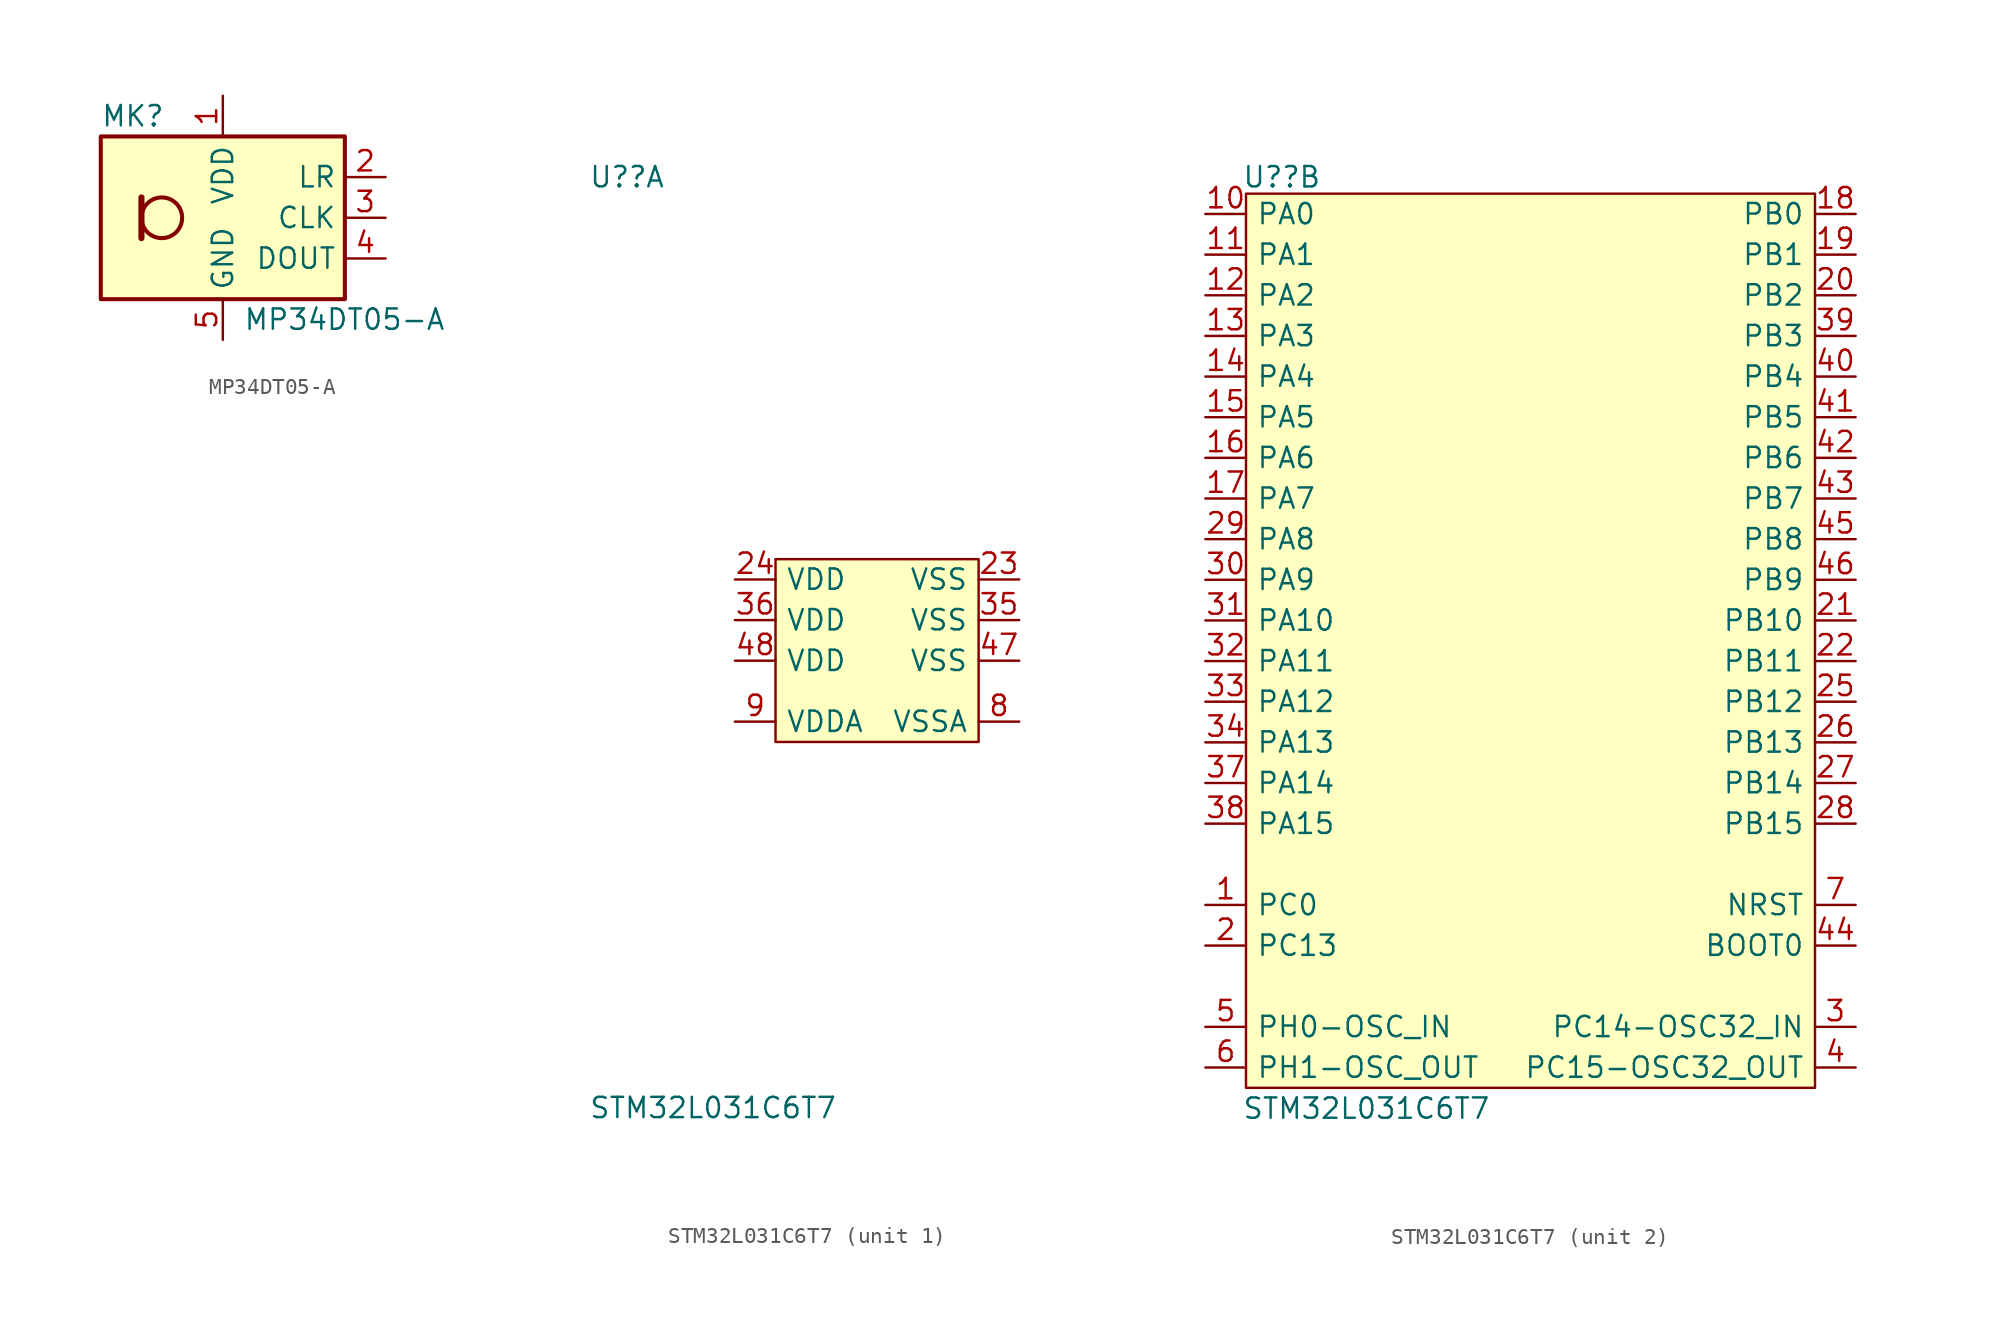
<source format=kicad_sym>
(kicad_symbol_lib
  (version 20231120)
  (generator "kicad_symbol_editor")
  (generator_version "8.0")
  (symbol "MP34DT05-A"
    (property "Reference" "MK"
      (at -7.62 6.35 0)
      (effects (font (size 1.27 1.27)) (justify left)))
    (property "Value" "MP34DT05-A"
      (at 1.27 -6.35 0)
      (effects (font (size 1.27 1.27)) (justify left)))
    (symbol "MP34DT05-A_0_1"
      (rectangle (start -7.62 5.08) (end 7.62 -5.08) (stroke (width 0.254) (type default)) (fill (type background)))
      (circle (center -3.81 0) (radius 1.27) (stroke (width 0.254) (type default)) (fill (type none)))
      (polyline (pts (xy -5.08 1.27) (xy -5.08 -1.27)) (stroke (width 0.381) (type default)) (fill (type none))))
    (symbol "MP34DT05-A_1_1"
      (pin power_in line (at 0 7.62 270) (length 2.54) (name "VDD" (effects (font (size 1.27 1.27)))) (number "1" (effects (font (size 1.27 1.27)))))
      (pin input line (at 10.16 2.54 180) (length 2.54) (name "LR" (effects (font (size 1.27 1.27)))) (number "2" (effects (font (size 1.27 1.27)))))
      (pin input line (at 10.16 0 180) (length 2.54) (name "CLK" (effects (font (size 1.27 1.27)))) (number "3" (effects (font (size 1.27 1.27)))))
      (pin output line (at 10.16 -2.54 180) (length 2.54) (name "DOUT" (effects (font (size 1.27 1.27)))) (number "4" (effects (font (size 1.27 1.27)))))
      (pin passive line (at 0 -7.62 90) (length 2.54) (name "GND" (effects (font (size 1.27 1.27)))) (number "5" (effects (font (size 1.27 1.27)))))))
  (symbol "STM32L031C6T7"
    (pin_names
      (offset 0.635))
    (property "Reference" "U?"
      (at -18.034 29.718 0)
      (effects (font (size 1.27 1.27)) (justify left top)))
    (property "Value" "STM32L031C6T7"
      (at -18.034 -29.972 0)
      (effects (font (size 1.27 1.27)) (justify left bottom)))
    (property "ki_locked" ""
      (at 0 0 0)
      (effects (font (size 1.27 1.27))))
    (symbol "STM32L031C6T7_1_1"
      (rectangle (start -6.35 5.08) (end 6.35 -6.35) (stroke (width 0) (type default)) (fill (type background)))
      (pin power_out line (at 8.89 3.81 180) (length 2.54) (name "VSS" (effects (font (size 1.27 1.27)))) (number "23" (effects (font (size 1.27 1.27)))))
      (pin power_in line (at -8.89 3.81 0) (length 2.54) (name "VDD" (effects (font (size 1.27 1.27)))) (number "24" (effects (font (size 1.27 1.27)))))
      (pin power_out line (at 8.89 1.27 180) (length 2.54) (name "VSS" (effects (font (size 1.27 1.27)))) (number "35" (effects (font (size 1.27 1.27)))))
      (pin power_in line (at -8.89 1.27 0) (length 2.54) (name "VDD" (effects (font (size 1.27 1.27)))) (number "36" (effects (font (size 1.27 1.27)))))
      (pin power_out line (at 8.89 -1.27 180) (length 2.54) (name "VSS" (effects (font (size 1.27 1.27)))) (number "47" (effects (font (size 1.27 1.27)))))
      (pin power_in line (at -8.89 -1.27 0) (length 2.54) (name "VDD" (effects (font (size 1.27 1.27)))) (number "48" (effects (font (size 1.27 1.27)))))
      (pin power_out line (at 8.89 -5.08 180) (length 2.54) (name "VSSA" (effects (font (size 1.27 1.27)))) (number "8" (effects (font (size 1.27 1.27)))))
      (pin power_in line (at -8.89 -5.08 0) (length 2.54) (name "VDDA" (effects (font (size 1.27 1.27)))) (number "9" (effects (font (size 1.27 1.27))))))
    (symbol "STM32L031C6T7_2_1"
      (rectangle (start -17.78 27.94) (end 17.78 -27.94) (stroke (width 0) (type default)) (fill (type background)))
      (pin bidirectional line (at -20.32 -16.51 0) (length 2.54) (name "PC0" (effects (font (size 1.27 1.27)))) (number "1" (effects (font (size 1.27 1.27)))))
      (pin bidirectional line (at -20.32 26.67 0) (length 2.54) (name "PA0" (effects (font (size 1.27 1.27)))) (number "10" (effects (font (size 1.27 1.27)))))
      (pin bidirectional line (at -20.32 24.13 0) (length 2.54) (name "PA1" (effects (font (size 1.27 1.27)))) (number "11" (effects (font (size 1.27 1.27)))))
      (pin bidirectional line (at -20.32 21.59 0) (length 2.54) (name "PA2" (effects (font (size 1.27 1.27)))) (number "12" (effects (font (size 1.27 1.27)))))
      (pin bidirectional line (at -20.32 19.05 0) (length 2.54) (name "PA3" (effects (font (size 1.27 1.27)))) (number "13" (effects (font (size 1.27 1.27)))))
      (pin bidirectional line (at -20.32 16.51 0) (length 2.54) (name "PA4" (effects (font (size 1.27 1.27)))) (number "14" (effects (font (size 1.27 1.27)))))
      (pin bidirectional line (at -20.32 13.97 0) (length 2.54) (name "PA5" (effects (font (size 1.27 1.27)))) (number "15" (effects (font (size 1.27 1.27)))))
      (pin bidirectional line (at -20.32 11.43 0) (length 2.54) (name "PA6" (effects (font (size 1.27 1.27)))) (number "16" (effects (font (size 1.27 1.27)))))
      (pin bidirectional line (at -20.32 8.89 0) (length 2.54) (name "PA7" (effects (font (size 1.27 1.27)))) (number "17" (effects (font (size 1.27 1.27)))))
      (pin bidirectional line (at 20.32 26.67 180) (length 2.54) (name "PB0" (effects (font (size 1.27 1.27)))) (number "18" (effects (font (size 1.27 1.27)))))
      (pin bidirectional line (at 20.32 24.13 180) (length 2.54) (name "PB1" (effects (font (size 1.27 1.27)))) (number "19" (effects (font (size 1.27 1.27)))))
      (pin input line (at -20.32 -19.05 0) (length 2.54) (name "PC13" (effects (font (size 1.27 1.27)))) (number "2" (effects (font (size 1.27 1.27)))))
      (pin bidirectional line (at 20.32 21.59 180) (length 2.54) (name "PB2" (effects (font (size 1.27 1.27)))) (number "20" (effects (font (size 1.27 1.27)))))
      (pin bidirectional line (at 20.32 1.27 180) (length 2.54) (name "PB10" (effects (font (size 1.27 1.27)))) (number "21" (effects (font (size 1.27 1.27)))))
      (pin bidirectional line (at 20.32 -1.27 180) (length 2.54) (name "PB11" (effects (font (size 1.27 1.27)))) (number "22" (effects (font (size 1.27 1.27)))))
      (pin bidirectional line (at 20.32 -3.81 180) (length 2.54) (name "PB12" (effects (font (size 1.27 1.27)))) (number "25" (effects (font (size 1.27 1.27)))))
      (pin bidirectional line (at 20.32 -6.35 180) (length 2.54) (name "PB13" (effects (font (size 1.27 1.27)))) (number "26" (effects (font (size 1.27 1.27)))))
      (pin bidirectional line (at 20.32 -8.89 180) (length 2.54) (name "PB14" (effects (font (size 1.27 1.27)))) (number "27" (effects (font (size 1.27 1.27)))))
      (pin bidirectional line (at 20.32 -11.43 180) (length 2.54) (name "PB15" (effects (font (size 1.27 1.27)))) (number "28" (effects (font (size 1.27 1.27)))))
      (pin bidirectional line (at -20.32 6.35 0) (length 2.54) (name "PA8" (effects (font (size 1.27 1.27)))) (number "29" (effects (font (size 1.27 1.27)))))
      (pin bidirectional line (at 20.32 -24.13 180) (length 2.54) (name "PC14-OSC32_IN" (effects (font (size 1.27 1.27)))) (number "3" (effects (font (size 1.27 1.27)))))
      (pin bidirectional line (at -20.32 3.81 0) (length 2.54) (name "PA9" (effects (font (size 1.27 1.27)))) (number "30" (effects (font (size 1.27 1.27)))))
      (pin bidirectional line (at -20.32 1.27 0) (length 2.54) (name "PA10" (effects (font (size 1.27 1.27)))) (number "31" (effects (font (size 1.27 1.27)))))
      (pin bidirectional line (at -20.32 -1.27 0) (length 2.54) (name "PA11" (effects (font (size 1.27 1.27)))) (number "32" (effects (font (size 1.27 1.27)))))
      (pin bidirectional line (at -20.32 -3.81 0) (length 2.54) (name "PA12" (effects (font (size 1.27 1.27)))) (number "33" (effects (font (size 1.27 1.27)))))
      (pin bidirectional line (at -20.32 -6.35 0) (length 2.54) (name "PA13" (effects (font (size 1.27 1.27)))) (number "34" (effects (font (size 1.27 1.27)))))
      (pin bidirectional line (at -20.32 -8.89 0) (length 2.54) (name "PA14" (effects (font (size 1.27 1.27)))) (number "37" (effects (font (size 1.27 1.27)))))
      (pin bidirectional line (at -20.32 -11.43 0) (length 2.54) (name "PA15" (effects (font (size 1.27 1.27)))) (number "38" (effects (font (size 1.27 1.27)))))
      (pin bidirectional line (at 20.32 19.05 180) (length 2.54) (name "PB3" (effects (font (size 1.27 1.27)))) (number "39" (effects (font (size 1.27 1.27)))))
      (pin bidirectional line (at 20.32 -26.67 180) (length 2.54) (name "PC15-OSC32_OUT" (effects (font (size 1.27 1.27)))) (number "4" (effects (font (size 1.27 1.27)))))
      (pin bidirectional line (at 20.32 16.51 180) (length 2.54) (name "PB4" (effects (font (size 1.27 1.27)))) (number "40" (effects (font (size 1.27 1.27)))))
      (pin bidirectional line (at 20.32 13.97 180) (length 2.54) (name "PB5" (effects (font (size 1.27 1.27)))) (number "41" (effects (font (size 1.27 1.27)))))
      (pin bidirectional line (at 20.32 11.43 180) (length 2.54) (name "PB6" (effects (font (size 1.27 1.27)))) (number "42" (effects (font (size 1.27 1.27)))))
      (pin bidirectional line (at 20.32 8.89 180) (length 2.54) (name "PB7" (effects (font (size 1.27 1.27)))) (number "43" (effects (font (size 1.27 1.27)))))
      (pin input line (at 20.32 -19.05 180) (length 2.54) (name "BOOT0" (effects (font (size 1.27 1.27)))) (number "44" (effects (font (size 1.27 1.27)))))
      (pin bidirectional line (at 20.32 6.35 180) (length 2.54) (name "PB8" (effects (font (size 1.27 1.27)))) (number "45" (effects (font (size 1.27 1.27)))))
      (pin bidirectional line (at 20.32 3.81 180) (length 2.54) (name "PB9" (effects (font (size 1.27 1.27)))) (number "46" (effects (font (size 1.27 1.27)))))
      (pin input line (at -20.32 -24.13 0) (length 2.54) (name "PH0-OSC_IN" (effects (font (size 1.27 1.27)))) (number "5" (effects (font (size 1.27 1.27)))))
      (pin input line (at -20.32 -26.67 0) (length 2.54) (name "PH1-OSC_OUT" (effects (font (size 1.27 1.27)))) (number "6" (effects (font (size 1.27 1.27)))))
      (pin bidirectional line (at 20.32 -16.51 180) (length 2.54) (name "NRST" (effects (font (size 1.27 1.27)))) (number "7" (effects (font (size 1.27 1.27))))))))
</source>
